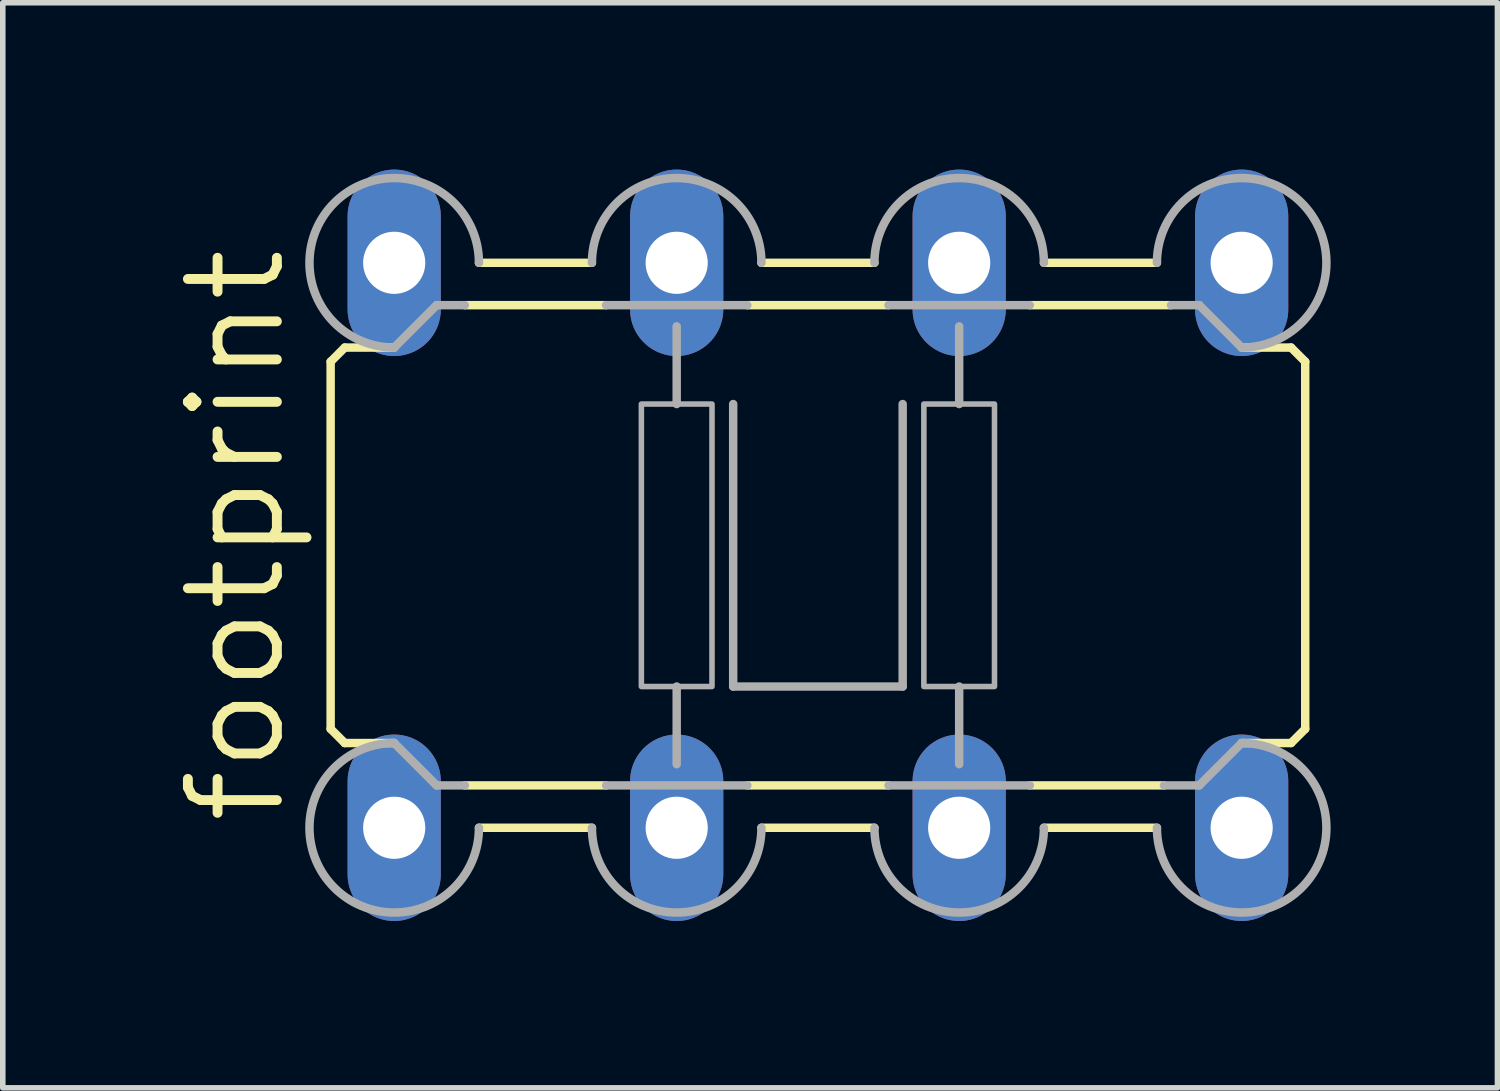
<source format=kicad_pcb>
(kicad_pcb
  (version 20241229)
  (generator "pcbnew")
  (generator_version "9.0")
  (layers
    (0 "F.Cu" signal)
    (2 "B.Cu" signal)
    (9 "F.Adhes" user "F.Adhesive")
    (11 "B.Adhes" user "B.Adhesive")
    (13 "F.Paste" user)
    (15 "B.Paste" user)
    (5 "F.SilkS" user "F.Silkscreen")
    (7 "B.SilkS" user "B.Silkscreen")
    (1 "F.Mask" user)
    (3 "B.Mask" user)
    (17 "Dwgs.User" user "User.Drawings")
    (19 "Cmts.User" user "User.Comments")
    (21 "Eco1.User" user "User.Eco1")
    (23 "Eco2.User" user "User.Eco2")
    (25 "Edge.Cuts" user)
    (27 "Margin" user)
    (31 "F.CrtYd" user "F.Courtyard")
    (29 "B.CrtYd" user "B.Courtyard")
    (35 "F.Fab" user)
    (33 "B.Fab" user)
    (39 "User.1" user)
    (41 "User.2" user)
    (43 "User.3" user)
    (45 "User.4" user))
  (footprint "footprint"
    (layer "F.Cu")
    (at 11.659 6.756)
    (property "Reference" "footprint" (at -9.525 5.08 90) (layer "F.SilkS") (effects (font (size 1.6 1.6) (thickness 0.178)) (justify left bottom)))
    (fp_line (start -8.763 3.302) (end -8.763 -3.302) (stroke (width 0.152) (type solid)) (layer "F.SilkS"))
    (fp_line (start -8.509 -3.556) (end -8.763 -3.302) (stroke (width 0.152) (type solid)) (layer "F.SilkS"))
    (fp_line (start -8.509 -3.556) (end -7.62 -3.556) (stroke (width 0.152) (type solid)) (layer "F.SilkS"))
    (fp_line (start -8.509 3.556) (end -8.763 3.302) (stroke (width 0.152) (type solid)) (layer "F.SilkS"))
    (fp_line (start -8.509 3.556) (end -7.62 3.556) (stroke (width 0.152) (type solid)) (layer "F.SilkS"))
    (fp_line (start -4.064 -5.08) (end -6.096 -5.08) (stroke (width 0.152) (type solid)) (layer "F.SilkS"))
    (fp_line (start -4.064 5.08) (end -6.096 5.08) (stroke (width 0.152) (type solid)) (layer "F.SilkS"))
    (fp_line (start -3.81 -4.318) (end -6.35 -4.318) (stroke (width 0.152) (type solid)) (layer "F.SilkS"))
    (fp_line (start -3.81 4.318) (end -6.35 4.318) (stroke (width 0.152) (type solid)) (layer "F.SilkS"))
    (fp_line (start 1.016 -5.08) (end -1.016 -5.08) (stroke (width 0.152) (type solid)) (layer "F.SilkS"))
    (fp_line (start 1.016 5.08) (end -1.016 5.08) (stroke (width 0.152) (type solid)) (layer "F.SilkS"))
    (fp_line (start 1.27 -4.318) (end -1.27 -4.318) (stroke (width 0.152) (type solid)) (layer "F.SilkS"))
    (fp_line (start 1.27 4.318) (end -1.27 4.318) (stroke (width 0.152) (type solid)) (layer "F.SilkS"))
    (fp_line (start 6.096 -5.08) (end 4.064 -5.08) (stroke (width 0.152) (type solid)) (layer "F.SilkS"))
    (fp_line (start 6.096 5.08) (end 4.064 5.08) (stroke (width 0.152) (type solid)) (layer "F.SilkS"))
    (fp_line (start 6.223 4.318) (end 3.81 4.318) (stroke (width 0.152) (type solid)) (layer "F.SilkS"))
    (fp_line (start 6.35 -4.318) (end 3.81 -4.318) (stroke (width 0.152) (type solid)) (layer "F.SilkS"))
    (fp_line (start 8.509 -3.556) (end 7.62 -3.556) (stroke (width 0.152) (type solid)) (layer "F.SilkS"))
    (fp_line (start 8.509 -3.556) (end 8.763 -3.302) (stroke (width 0.152) (type solid)) (layer "F.SilkS"))
    (fp_line (start 8.509 3.556) (end 7.62 3.556) (stroke (width 0.152) (type solid)) (layer "F.SilkS"))
    (fp_line (start 8.509 3.556) (end 8.763 3.302) (stroke (width 0.152) (type solid)) (layer "F.SilkS"))
    (fp_line (start 8.763 -3.302) (end 8.763 3.302) (stroke (width 0.152) (type solid)) (layer "F.SilkS"))
    (fp_line (start -7.62 -3.556) (end -6.858 -4.318) (stroke (width 0.152) (type solid)) (layer "F.Fab"))
    (fp_line (start -7.62 3.556) (end -6.858 4.318) (stroke (width 0.152) (type solid)) (layer "F.Fab"))
    (fp_line (start -6.858 -4.318) (end -6.35 -4.318) (stroke (width 0.152) (type solid)) (layer "F.Fab"))
    (fp_line (start -6.858 4.318) (end -6.35 4.318) (stroke (width 0.152) (type solid)) (layer "F.Fab"))
    (fp_line (start -3.81 -4.318) (end -1.27 -4.318) (stroke (width 0.152) (type solid)) (layer "F.Fab"))
    (fp_line (start -3.81 4.318) (end -1.27 4.318) (stroke (width 0.152) (type solid)) (layer "F.Fab"))
    (fp_line (start -2.54 -3.937) (end -2.54 -2.54) (stroke (width 0.152) (type solid)) (layer "F.Fab"))
    (fp_line (start -2.54 2.54) (end -2.54 3.937) (stroke (width 0.152) (type solid)) (layer "F.Fab"))
    (fp_line (start -1.524 2.54) (end -1.524 -2.54) (stroke (width 0.152) (type solid)) (layer "F.Fab"))
    (fp_line (start -1.524 2.54) (end 1.524 2.54) (stroke (width 0.152) (type solid)) (layer "F.Fab"))
    (fp_line (start 1.27 -4.318) (end 3.81 -4.318) (stroke (width 0.152) (type solid)) (layer "F.Fab"))
    (fp_line (start 1.27 4.318) (end 3.81 4.318) (stroke (width 0.152) (type solid)) (layer "F.Fab"))
    (fp_line (start 1.524 2.54) (end 1.524 -2.54) (stroke (width 0.152) (type solid)) (layer "F.Fab"))
    (fp_line (start 2.54 -3.937) (end 2.54 -2.54) (stroke (width 0.152) (type solid)) (layer "F.Fab"))
    (fp_line (start 2.54 2.54) (end 2.54 3.937) (stroke (width 0.152) (type solid)) (layer "F.Fab"))
    (fp_line (start 6.858 -4.318) (end 6.35 -4.318) (stroke (width 0.152) (type solid)) (layer "F.Fab"))
    (fp_line (start 6.858 4.318) (end 6.223 4.318) (stroke (width 0.152) (type solid)) (layer "F.Fab"))
    (fp_line (start 7.62 -3.556) (end 6.858 -4.318) (stroke (width 0.152) (type solid)) (layer "F.Fab"))
    (fp_line (start 7.62 3.556) (end 6.858 4.318) (stroke (width 0.152) (type solid)) (layer "F.Fab"))
    (fp_arc (start -7.62 -3.556) (mid -8.697631 -6.157631) (end -6.096 -5.08) (stroke (width 0.1524) (type solid)) (layer "F.Fab"))
    (fp_arc (start -6.096 5.08) (mid -8.697631 6.157631) (end -7.62 3.556) (stroke (width 0.1524) (type solid)) (layer "F.Fab"))
    (fp_arc (start -4.064 -5.08) (mid -2.54 -6.604) (end -1.016 -5.08) (stroke (width 0.1524) (type solid)) (layer "F.Fab"))
    (fp_arc (start -1.016 5.08) (mid -2.54 6.604) (end -4.064 5.08) (stroke (width 0.1524) (type solid)) (layer "F.Fab"))
    (fp_arc (start 1.016 -5.08) (mid 2.54 -6.604) (end 4.064 -5.08) (stroke (width 0.1524) (type solid)) (layer "F.Fab"))
    (fp_arc (start 4.064 5.08) (mid 2.54 6.604) (end 1.016 5.08) (stroke (width 0.1524) (type solid)) (layer "F.Fab"))
    (fp_arc (start 6.096 -5.08) (mid 8.697631 -6.157631) (end 7.62 -3.556) (stroke (width 0.1524) (type solid)) (layer "F.Fab"))
    (fp_arc (start 7.62 3.556) (mid 8.697631 6.157631) (end 6.096 5.08) (stroke (width 0.1524) (type solid)) (layer "F.Fab"))
    (fp_poly (pts (xy -3.175 2.54) (xy -1.905 2.54) (xy -1.905 -2.54) (xy -3.175 -2.54)) (stroke (width 0.1) (type solid)) (fill no) (layer "F.Fab"))
    (fp_poly (pts (xy 1.905 2.54) (xy 3.175 2.54) (xy 3.175 -2.54) (xy 1.905 -2.54)) (stroke (width 0.1) (type solid)) (fill no) (layer "F.Fab"))
    (pad "1" thru_hole oval (at -2.54 5.08 90) (size 3.353 1.676) (drill 1.118) (layers "*.Cu" "*.Mask"))
    (pad "2" thru_hole oval (at -2.54 -5.08 90) (size 3.353 1.676) (drill 1.118) (layers "*.Cu" "*.Mask"))
    (pad "3" thru_hole oval (at 2.54 5.08 90) (size 3.353 1.676) (drill 1.118) (layers "*.Cu" "*.Mask"))
    (pad "4" thru_hole oval (at 2.54 -5.08 90) (size 3.353 1.676) (drill 1.118) (layers "*.Cu" "*.Mask"))
    (pad "5" thru_hole oval (at -7.62 5.08 90) (size 3.353 1.676) (drill 1.118) (layers "*.Cu" "*.Mask"))
    (pad "6" thru_hole oval (at -7.62 -5.08 90) (size 3.353 1.676) (drill 1.118) (layers "*.Cu" "*.Mask"))
    (pad "7" thru_hole oval (at 7.62 5.08 90) (size 3.353 1.676) (drill 1.118) (layers "*.Cu" "*.Mask"))
    (pad "8" thru_hole oval (at 7.62 -5.08 90) (size 3.353 1.676) (drill 1.118) (layers "*.Cu" "*.Mask")))
  (gr_rect
    (start -3 -3)
    (end 23.879 16.513)
    (stroke (width 0.1) (type default))
    (fill no)
    (layer "Edge.Cuts")))
</source>
